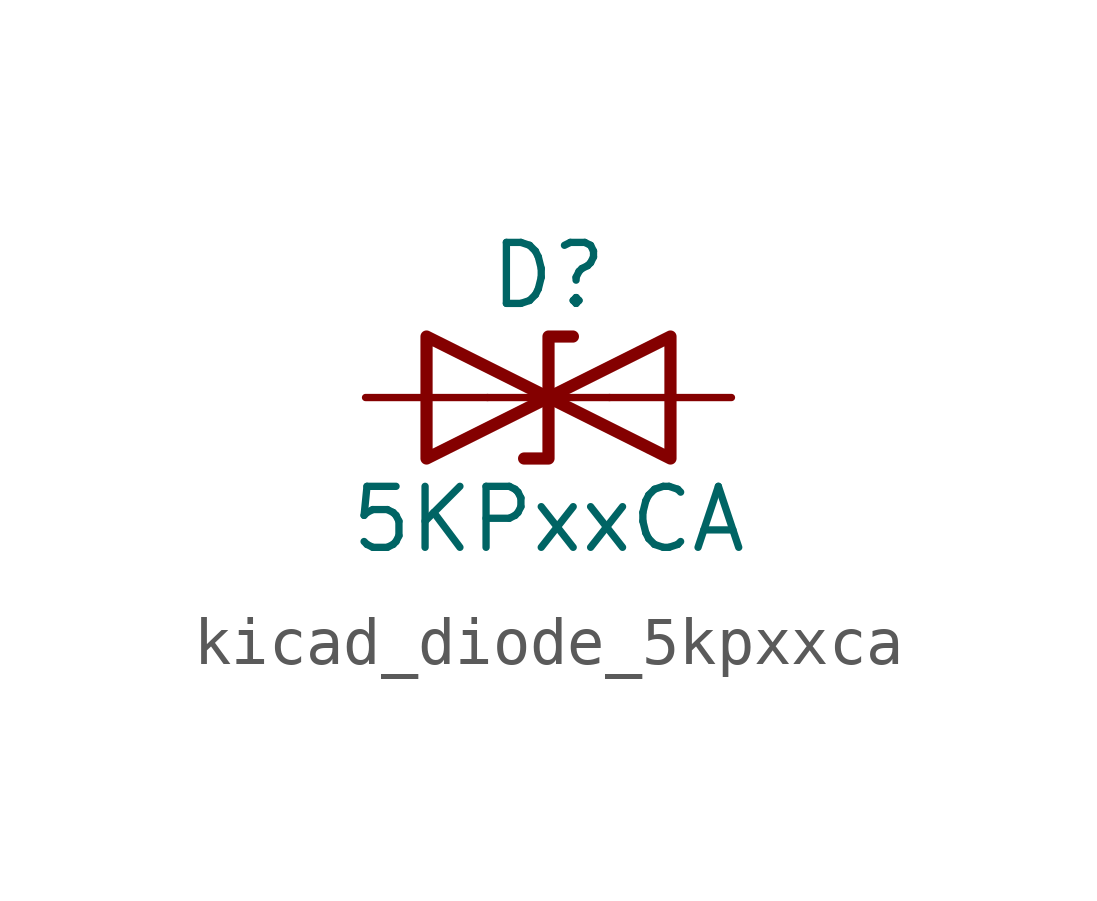
<source format=kicad_sym>
(kicad_symbol_lib
  (version 20220914)
  (generator kicad_symbol_editor)
  (symbol "kicad_diode_5kpxxca"
    (pin_numbers hide)
    (pin_names
      (offset 1.016) hide)
    (property "Reference" "D"
      (at 0 2.54 0)
      (effects (font (size 1.27 1.27))))
    (property "Value" "5KPxxCA"
      (at 0 -2.54 0)
      (effects (font (size 1.27 1.27))))
    (symbol "kicad_diode_5kpxxca_0_1"
      (polyline (pts (xy 1.27 0) (xy -1.27 0)) (stroke (width 0) (type default)) (fill (type none)))
      (polyline (pts (xy -2.54 -1.27) (xy 0 0) (xy -2.54 1.27) (xy -2.54 -1.27)) (stroke (width 0.254) (type default)) (fill (type none)))
      (polyline (pts (xy 0.508 1.27) (xy 0 1.27) (xy 0 -1.27) (xy -0.508 -1.27)) (stroke (width 0.254) (type default)) (fill (type none)))
      (polyline (pts (xy 2.54 1.27) (xy 2.54 -1.27) (xy 0 0) (xy 2.54 1.27)) (stroke (width 0.254) (type default)) (fill (type none))))
    (symbol "kicad_diode_5kpxxca_1_1"
      (pin passive line (at -3.81 0 0) (length 2.54) (name "A1" (effects (font (size 1.27 1.27)))) (number "1" (effects (font (size 1.27 1.27)))))
      (pin passive line (at 3.81 0 180) (length 2.54) (name "A2" (effects (font (size 1.27 1.27)))) (number "2" (effects (font (size 1.27 1.27))))))))
</source>
